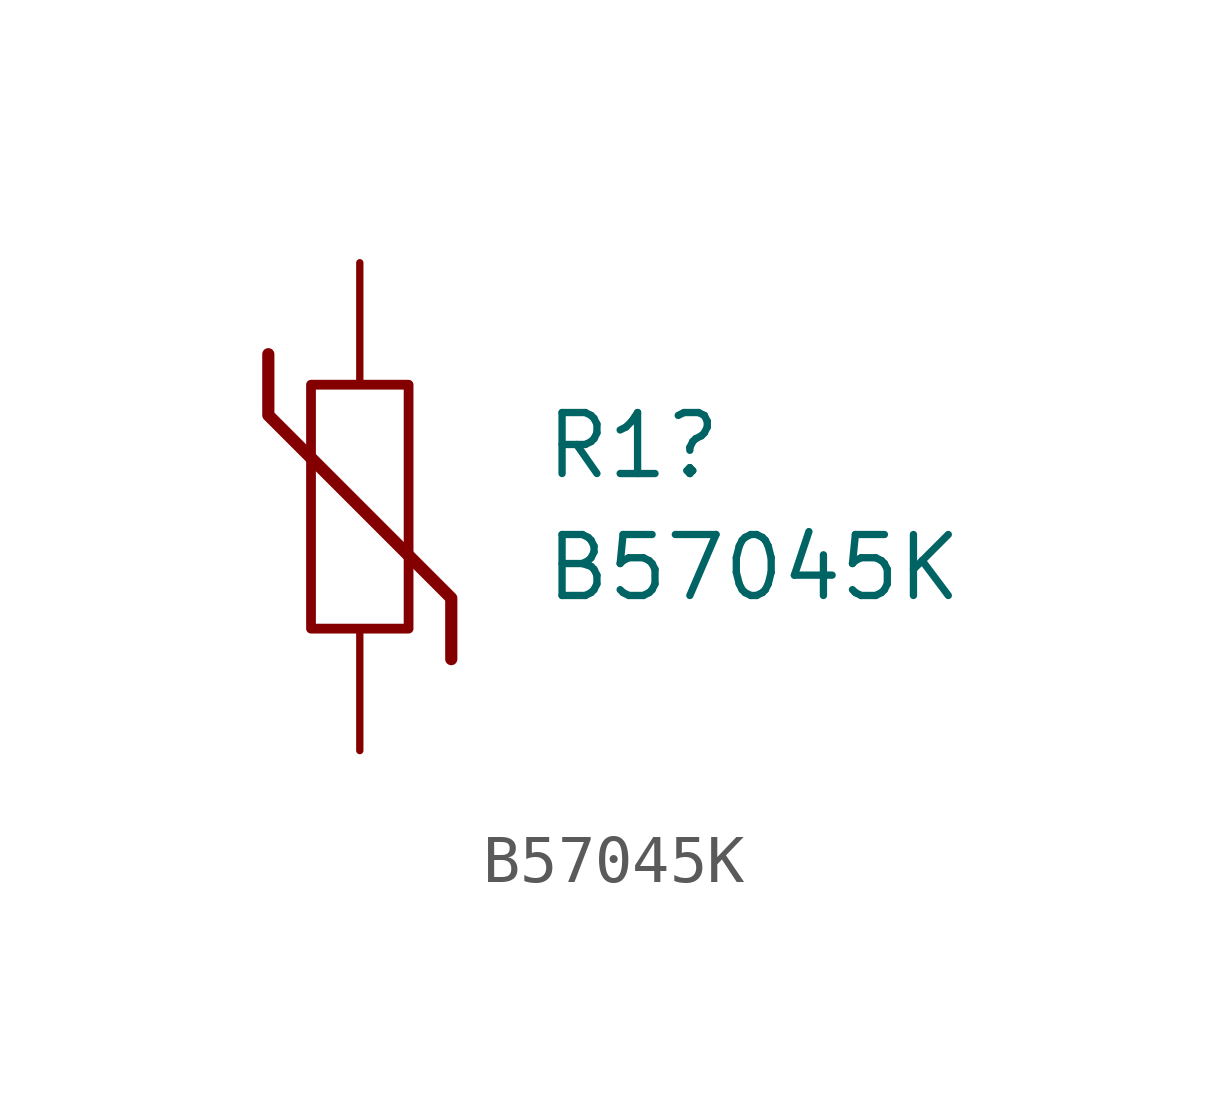
<source format=kicad_sym>
(kicad_symbol_lib
  (version 20211014)
  (generator kicad_symbol_editor)
  (symbol "B57045K"
    (pin_numbers hide)
    (pin_names
      (offset 0))
    (property "Reference" "R1"
      (at 3.81 1.27 0)
      (effects (font (size 1.27 1.27)) (justify left)))
    (property "Value" "B57045K"
      (at 3.81 -1.27 0)
      (effects (font (size 1.27 1.27)) (justify left)))
    (symbol "B57045K_0_1"
      (rectangle (start -1.016 2.54) (end 1.016 -2.54) (stroke (width 0.203) (type default) (color 0 0 0 0)) (fill (type none)))
      (polyline (pts (xy -1.905 3.175) (xy -1.905 1.905) (xy 1.905 -1.905) (xy 1.905 -3.175) (xy 1.905 -3.175)) (stroke (width 0.254) (type default) (color 0 0 0 0)) (fill (type none))))
    (symbol "B57045K_1_1"
      (pin passive line (at 0 5.08 270) (length 2.54) (name "~" (effects (font (size 1.27 1.27)))) (number "1" (effects (font (size 1.27 1.27)))))
      (pin passive line (at 0 -5.08 90) (length 2.54) (name "~" (effects (font (size 1.27 1.27)))) (number "2" (effects (font (size 1.27 1.27))))))))
</source>
